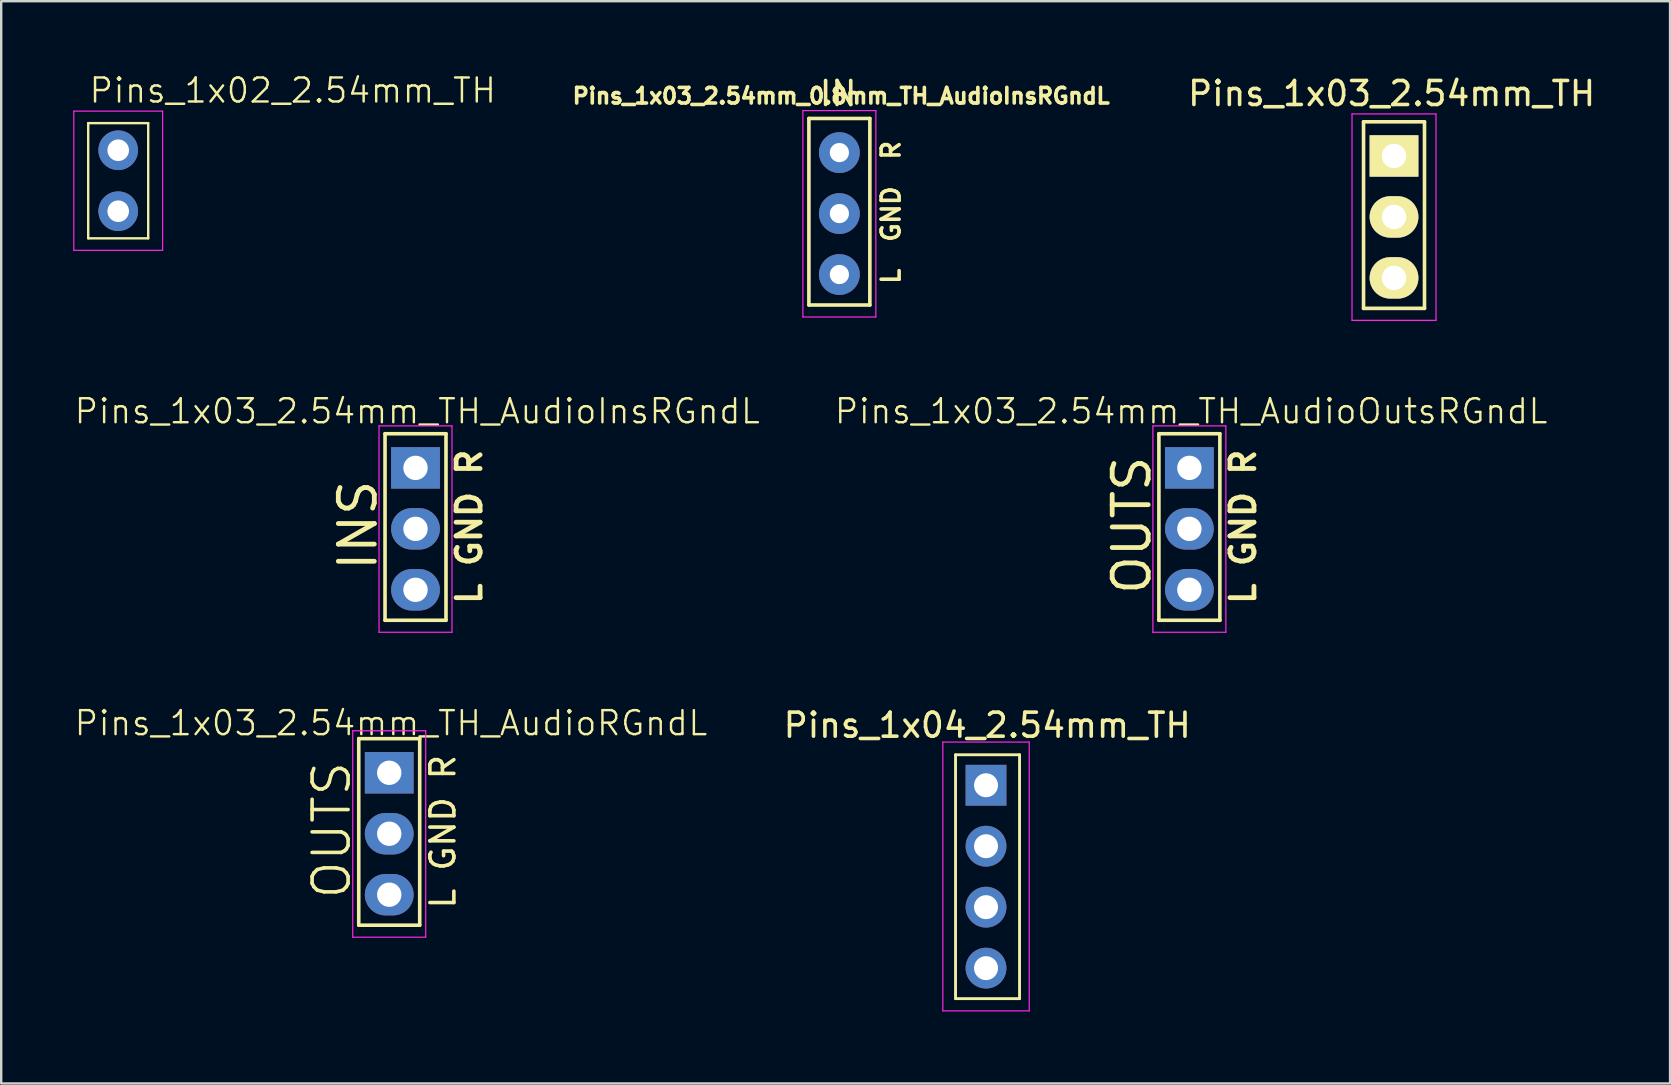
<source format=kicad_pcb>
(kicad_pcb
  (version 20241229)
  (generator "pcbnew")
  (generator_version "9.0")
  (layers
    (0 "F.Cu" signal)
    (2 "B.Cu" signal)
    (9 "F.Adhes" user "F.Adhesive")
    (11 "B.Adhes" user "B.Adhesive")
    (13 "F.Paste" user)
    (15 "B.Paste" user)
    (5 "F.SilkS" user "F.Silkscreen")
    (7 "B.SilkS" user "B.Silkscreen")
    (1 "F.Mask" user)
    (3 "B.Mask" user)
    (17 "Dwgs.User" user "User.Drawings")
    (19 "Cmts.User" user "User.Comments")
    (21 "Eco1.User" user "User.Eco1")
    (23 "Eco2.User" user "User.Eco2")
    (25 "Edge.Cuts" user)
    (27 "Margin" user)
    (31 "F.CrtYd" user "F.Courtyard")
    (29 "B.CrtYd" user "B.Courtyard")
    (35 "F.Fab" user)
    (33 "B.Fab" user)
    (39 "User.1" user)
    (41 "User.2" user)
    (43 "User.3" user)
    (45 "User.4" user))
  (footprint "Pins_1x03_2.54mm_0.8mm_TH_AudioInsRGndL"
    (layer "F.Cu")
    (at 31.922 5.848)
    (property "Reference" "Pins_1x03_2.54mm_0.8mm_TH_AudioInsRGndL" (at 0.074 -4.9 0) (layer "F.SilkS") (effects (font (size 0.65 0.65) (thickness 0.15))))
    (attr through_hole)
    (fp_line (start -1.27 -3.962) (end -1.27 3.81) (stroke (width 0.15) (type solid)) (layer "F.SilkS"))
    (fp_line (start -1.27 3.81) (end 1.27 3.81) (stroke (width 0.15) (type solid)) (layer "F.SilkS"))
    (fp_line (start 1.27 -3.962) (end -1.27 -3.962) (stroke (width 0.15) (type solid)) (layer "F.SilkS"))
    (fp_line (start 1.27 3.81) (end 1.27 -3.962) (stroke (width 0.15) (type solid)) (layer "F.SilkS"))
    (fp_line (start -1.52 -4.29) (end -1.52 4.31) (stroke (width 0.05) (type solid)) (layer "F.CrtYd"))
    (fp_line (start -1.52 -4.29) (end 1.52 -4.29) (stroke (width 0.05) (type solid)) (layer "F.CrtYd"))
    (fp_line (start -1.52 4.31) (end 1.52 4.31) (stroke (width 0.05) (type solid)) (layer "F.CrtYd"))
    (fp_line (start 1.52 -4.29) (end 1.52 4.31) (stroke (width 0.05) (type solid)) (layer "F.CrtYd"))
    (fp_text user "L  GND  R" (at 2.15 -0.05 90) (layer "F.SilkS") (effects (font (size 0.75 0.75) (thickness 0.15))))
    (fp_text user "IN" (at -0.05 -5 180) (layer "F.SilkS") (effects (font (size 1 1) (thickness 0.15))))
    (pad "1" thru_hole circle (at 0 -2.54) (size 1.7 1.7) (drill 0.8) (layers "*.Cu" "*.Mask"))
    (pad "2" thru_hole circle (at 0 0) (size 1.7 1.7) (drill 0.8) (layers "*.Cu" "*.Mask"))
    (pad "3" thru_hole circle (at 0 2.54) (size 1.7 1.7) (drill 0.8) (layers "*.Cu" "*.Mask")))
  (footprint "Pins_1x03_2.54mm_TH_AudioRGndL"
    (layer "F.Cu")
    (at 13.167 29.147)
    (property "Reference" "Pins_1x03_2.54mm_TH_AudioRGndL" (at 0.074 -2.068 0) (layer "F.SilkS") (effects (font (size 1 1) (thickness 0.1))))
    (attr through_hole)
    (fp_line (start -1.27 -1.422) (end -1.27 6.35) (stroke (width 0.15) (type solid)) (layer "F.SilkS"))
    (fp_line (start -1.27 6.35) (end 1.27 6.35) (stroke (width 0.15) (type solid)) (layer "F.SilkS"))
    (fp_line (start 1.27 -1.422) (end -1.27 -1.422) (stroke (width 0.15) (type solid)) (layer "F.SilkS"))
    (fp_line (start 1.27 6.35) (end 1.27 -1.422) (stroke (width 0.15) (type solid)) (layer "F.SilkS"))
    (fp_line (start -1.52 -1.75) (end -1.52 6.85) (stroke (width 0.05) (type solid)) (layer "F.CrtYd"))
    (fp_line (start -1.52 -1.75) (end 1.52 -1.75) (stroke (width 0.05) (type solid)) (layer "F.CrtYd"))
    (fp_line (start -1.52 6.85) (end 1.52 6.85) (stroke (width 0.05) (type solid)) (layer "F.CrtYd"))
    (fp_line (start 1.52 -1.75) (end 1.52 6.85) (stroke (width 0.05) (type solid)) (layer "F.CrtYd"))
    (fp_text user "OUTS" (at -2.4 2.39 90) (layer "F.SilkS") (effects (font (size 1.5 1.5) (thickness 0.15))))
    (fp_text user "L GND R" (at 2.238 2.454 90) (layer "F.SilkS") (effects (font (size 1 1) (thickness 0.15))))
    (pad "1" thru_hole rect (at 0 0) (size 2.032 1.727) (drill 1.016) (layers "*.Cu" "*.Mask"))
    (pad "2" thru_hole oval (at 0 2.54) (size 2.032 1.727) (drill 1.016) (layers "*.Cu" "*.Mask"))
    (pad "3" thru_hole oval (at 0 5.08) (size 2.032 1.727) (drill 1.016) (layers "*.Cu" "*.Mask")))
  (footprint "Pins_1x03_2.54mm_TH"
    (layer "F.Cu")
    (at 55.031 5.988)
    (property "Reference" "Pins_1x03_2.54mm_TH" (at -0.1 -5.14 0) (layer "F.SilkS") (effects (font (size 1 1) (thickness 0.15))))
    (attr through_hole)
    (fp_line (start -1.27 -3.962) (end -1.27 3.81) (stroke (width 0.15) (type solid)) (layer "F.SilkS"))
    (fp_line (start -1.27 3.81) (end 1.27 3.81) (stroke (width 0.15) (type solid)) (layer "F.SilkS"))
    (fp_line (start 1.27 -3.962) (end -1.27 -3.962) (stroke (width 0.15) (type solid)) (layer "F.SilkS"))
    (fp_line (start 1.27 3.81) (end 1.27 -3.962) (stroke (width 0.15) (type solid)) (layer "F.SilkS"))
    (fp_line (start -1.75 -4.29) (end -1.75 4.31) (stroke (width 0.05) (type solid)) (layer "F.CrtYd"))
    (fp_line (start -1.75 -4.29) (end 1.75 -4.29) (stroke (width 0.05) (type solid)) (layer "F.CrtYd"))
    (fp_line (start -1.75 4.31) (end 1.75 4.31) (stroke (width 0.05) (type solid)) (layer "F.CrtYd"))
    (fp_line (start 1.75 -4.29) (end 1.75 4.31) (stroke (width 0.05) (type solid)) (layer "F.CrtYd"))
    (pad "1" thru_hole rect (at 0 -2.54) (size 2.032 1.727) (drill 1.016) (layers "*.Cu" "*.Mask" "F.SilkS"))
    (pad "2" thru_hole oval (at 0 0) (size 2.032 1.727) (drill 1.016) (layers "*.Cu" "*.Mask" "F.SilkS"))
    (pad "3" thru_hole oval (at 0 2.54) (size 2.032 1.727) (drill 1.016) (layers "*.Cu" "*.Mask" "F.SilkS")))
  (footprint "Pins_1x04_2.54mm_TH"
    (layer "F.Cu")
    (at 38.032 33.477)
    (property "Reference" "Pins_1x04_2.54mm_TH" (at 0.05 -6.31 0) (layer "F.SilkS") (effects (font (size 1 1) (thickness 0.15))))
    (attr through_hole)
    (fp_line (start -1.27 -5.08) (end -1.27 5.08) (stroke (width 0.12) (type solid)) (layer "F.SilkS"))
    (fp_line (start -1.27 5.08) (end 1.397 5.08) (stroke (width 0.12) (type solid)) (layer "F.SilkS"))
    (fp_line (start 1.397 -5.08) (end -1.27 -5.08) (stroke (width 0.12) (type solid)) (layer "F.SilkS"))
    (fp_line (start 1.397 5.08) (end 1.397 -5.08) (stroke (width 0.12) (type solid)) (layer "F.SilkS"))
    (fp_line (start -1.8 -5.61) (end -1.8 5.59) (stroke (width 0.05) (type solid)) (layer "F.CrtYd"))
    (fp_line (start -1.8 5.59) (end 1.8 5.59) (stroke (width 0.05) (type solid)) (layer "F.CrtYd"))
    (fp_line (start 1.8 -5.61) (end -1.8 -5.61) (stroke (width 0.05) (type solid)) (layer "F.CrtYd"))
    (fp_line (start 1.8 5.59) (end 1.8 -5.61) (stroke (width 0.05) (type solid)) (layer "F.CrtYd"))
    (pad "1" thru_hole rect (at 0 -3.81) (size 1.7 1.7) (drill 1) (layers "*.Cu" "*.Mask"))
    (pad "2" thru_hole oval (at 0 -1.27) (size 1.7 1.7) (drill 1) (layers "*.Cu" "*.Mask"))
    (pad "3" thru_hole oval (at 0 1.27) (size 1.7 1.7) (drill 1) (layers "*.Cu" "*.Mask"))
    (pad "4" thru_hole oval (at 0 3.81) (size 1.7 1.7) (drill 1) (layers "*.Cu" "*.Mask")))
  (footprint "Pins_1x03_2.54mm_TH_AudioInsRGndL"
    (layer "F.Cu")
    (at 14.262 18.984)
    (property "Reference" "Pins_1x03_2.54mm_TH_AudioInsRGndL" (at 0.074 -4.9 0) (layer "F.SilkS") (effects (font (size 1 1) (thickness 0.1))))
    (attr through_hole)
    (fp_line (start -1.27 -3.962) (end -1.27 3.81) (stroke (width 0.15) (type solid)) (layer "F.SilkS"))
    (fp_line (start -1.27 3.81) (end 1.27 3.81) (stroke (width 0.15) (type solid)) (layer "F.SilkS"))
    (fp_line (start 1.27 -3.962) (end -1.27 -3.962) (stroke (width 0.15) (type solid)) (layer "F.SilkS"))
    (fp_line (start 1.27 3.81) (end 1.27 -3.962) (stroke (width 0.15) (type solid)) (layer "F.SilkS"))
    (fp_line (start -1.52 -4.29) (end -1.52 4.31) (stroke (width 0.05) (type solid)) (layer "F.CrtYd"))
    (fp_line (start -1.52 -4.29) (end 1.52 -4.29) (stroke (width 0.05) (type solid)) (layer "F.CrtYd"))
    (fp_line (start -1.52 4.31) (end 1.52 4.31) (stroke (width 0.05) (type solid)) (layer "F.CrtYd"))
    (fp_line (start 1.52 -4.29) (end 1.52 4.31) (stroke (width 0.05) (type solid)) (layer "F.CrtYd"))
    (fp_text user "INS" (at -2.4 -0.15 90) (layer "F.SilkS") (effects (font (size 1.5 1.5) (thickness 0.2))))
    (fp_text user "L GND R" (at 2.238 -0.086 90) (layer "F.SilkS") (effects (font (size 1 1) (thickness 0.2))))
    (pad "1" thru_hole rect (at 0 -2.54) (size 2.032 1.727) (drill 1.016) (layers "*.Cu" "*.Mask"))
    (pad "2" thru_hole oval (at 0 0) (size 2.032 1.727) (drill 1.016) (layers "*.Cu" "*.Mask"))
    (pad "3" thru_hole oval (at 0 2.54) (size 2.032 1.727) (drill 1.016) (layers "*.Cu" "*.Mask")))
  (footprint "Pins_1x02_2.54mm_TH"
    (layer "F.Cu")
    (at 1.875 4.48)
    (property "Reference" "Pins_1x02_2.54mm_TH" (at -1.27 -3.175 0) (layer "F.SilkS") (effects (font (size 1 1) (thickness 0.102)) (justify left bottom)))
    (attr through_hole)
    (fp_line (start -1.25 -2.4) (end 1.25 -2.4) (stroke (width 0.1) (type solid)) (layer "F.SilkS"))
    (fp_line (start -1.25 2.4) (end -1.25 -2.4) (stroke (width 0.1) (type solid)) (layer "F.SilkS"))
    (fp_line (start 1.25 -2.4) (end 1.25 2.4) (stroke (width 0.1) (type solid)) (layer "F.SilkS"))
    (fp_line (start 1.25 2.4) (end -1.25 2.4) (stroke (width 0.1) (type solid)) (layer "F.SilkS"))
    (fp_line (start -1.85 -2.9) (end 1.85 -2.9) (stroke (width 0.05) (type solid)) (layer "F.CrtYd"))
    (fp_line (start -1.85 2.9) (end -1.85 -2.9) (stroke (width 0.05) (type solid)) (layer "F.CrtYd"))
    (fp_line (start -1.85 2.9) (end 1.85 2.9) (stroke (width 0.05) (type solid)) (layer "F.CrtYd"))
    (fp_line (start 1.85 2.9) (end 1.85 -2.9) (stroke (width 0.05) (type solid)) (layer "F.CrtYd"))
    (pad "1" thru_hole circle (at 0 -1.27) (size 1.651 1.651) (drill 0.9) (layers "*.Cu" "*.Mask"))
    (pad "2" thru_hole circle (at 0 1.27) (size 1.651 1.651) (drill 0.9) (layers "*.Cu" "*.Mask")))
  (footprint "Pins_1x03_2.54mm_TH_AudioOutsRGndL"
    (layer "F.Cu")
    (at 46.505 18.984)
    (property "Reference" "Pins_1x03_2.54mm_TH_AudioOutsRGndL" (at 0.074 -4.9 0) (layer "F.SilkS") (effects (font (size 1 1) (thickness 0.1))))
    (attr through_hole)
    (fp_line (start -1.27 -3.962) (end -1.27 3.81) (stroke (width 0.15) (type solid)) (layer "F.SilkS"))
    (fp_line (start -1.27 3.81) (end 1.27 3.81) (stroke (width 0.15) (type solid)) (layer "F.SilkS"))
    (fp_line (start 1.27 -3.962) (end -1.27 -3.962) (stroke (width 0.15) (type solid)) (layer "F.SilkS"))
    (fp_line (start 1.27 3.81) (end 1.27 -3.962) (stroke (width 0.15) (type solid)) (layer "F.SilkS"))
    (fp_line (start -1.52 -4.29) (end -1.52 4.31) (stroke (width 0.05) (type solid)) (layer "F.CrtYd"))
    (fp_line (start -1.52 -4.29) (end 1.52 -4.29) (stroke (width 0.05) (type solid)) (layer "F.CrtYd"))
    (fp_line (start -1.52 4.31) (end 1.52 4.31) (stroke (width 0.05) (type solid)) (layer "F.CrtYd"))
    (fp_line (start 1.52 -4.29) (end 1.52 4.31) (stroke (width 0.05) (type solid)) (layer "F.CrtYd"))
    (fp_text user "OUTS" (at -2.4 -0.15 90) (layer "F.SilkS") (effects (font (size 1.5 1.5) (thickness 0.2))))
    (fp_text user "L GND R" (at 2.238 -0.086 90) (layer "F.SilkS") (effects (font (size 1 1) (thickness 0.2))))
    (pad "1" thru_hole rect (at 0 -2.54) (size 2.032 1.727) (drill 1.016) (layers "*.Cu" "*.Mask"))
    (pad "2" thru_hole oval (at 0 0) (size 2.032 1.727) (drill 1.016) (layers "*.Cu" "*.Mask"))
    (pad "3" thru_hole oval (at 0 2.54) (size 2.032 1.727) (drill 1.016) (layers "*.Cu" "*.Mask")))
  (gr_rect
    (start -3 -3)
    (end 66.532 42.092)
    (stroke (width 0.1) (type default))
    (fill no)
    (layer "Edge.Cuts")))
</source>
